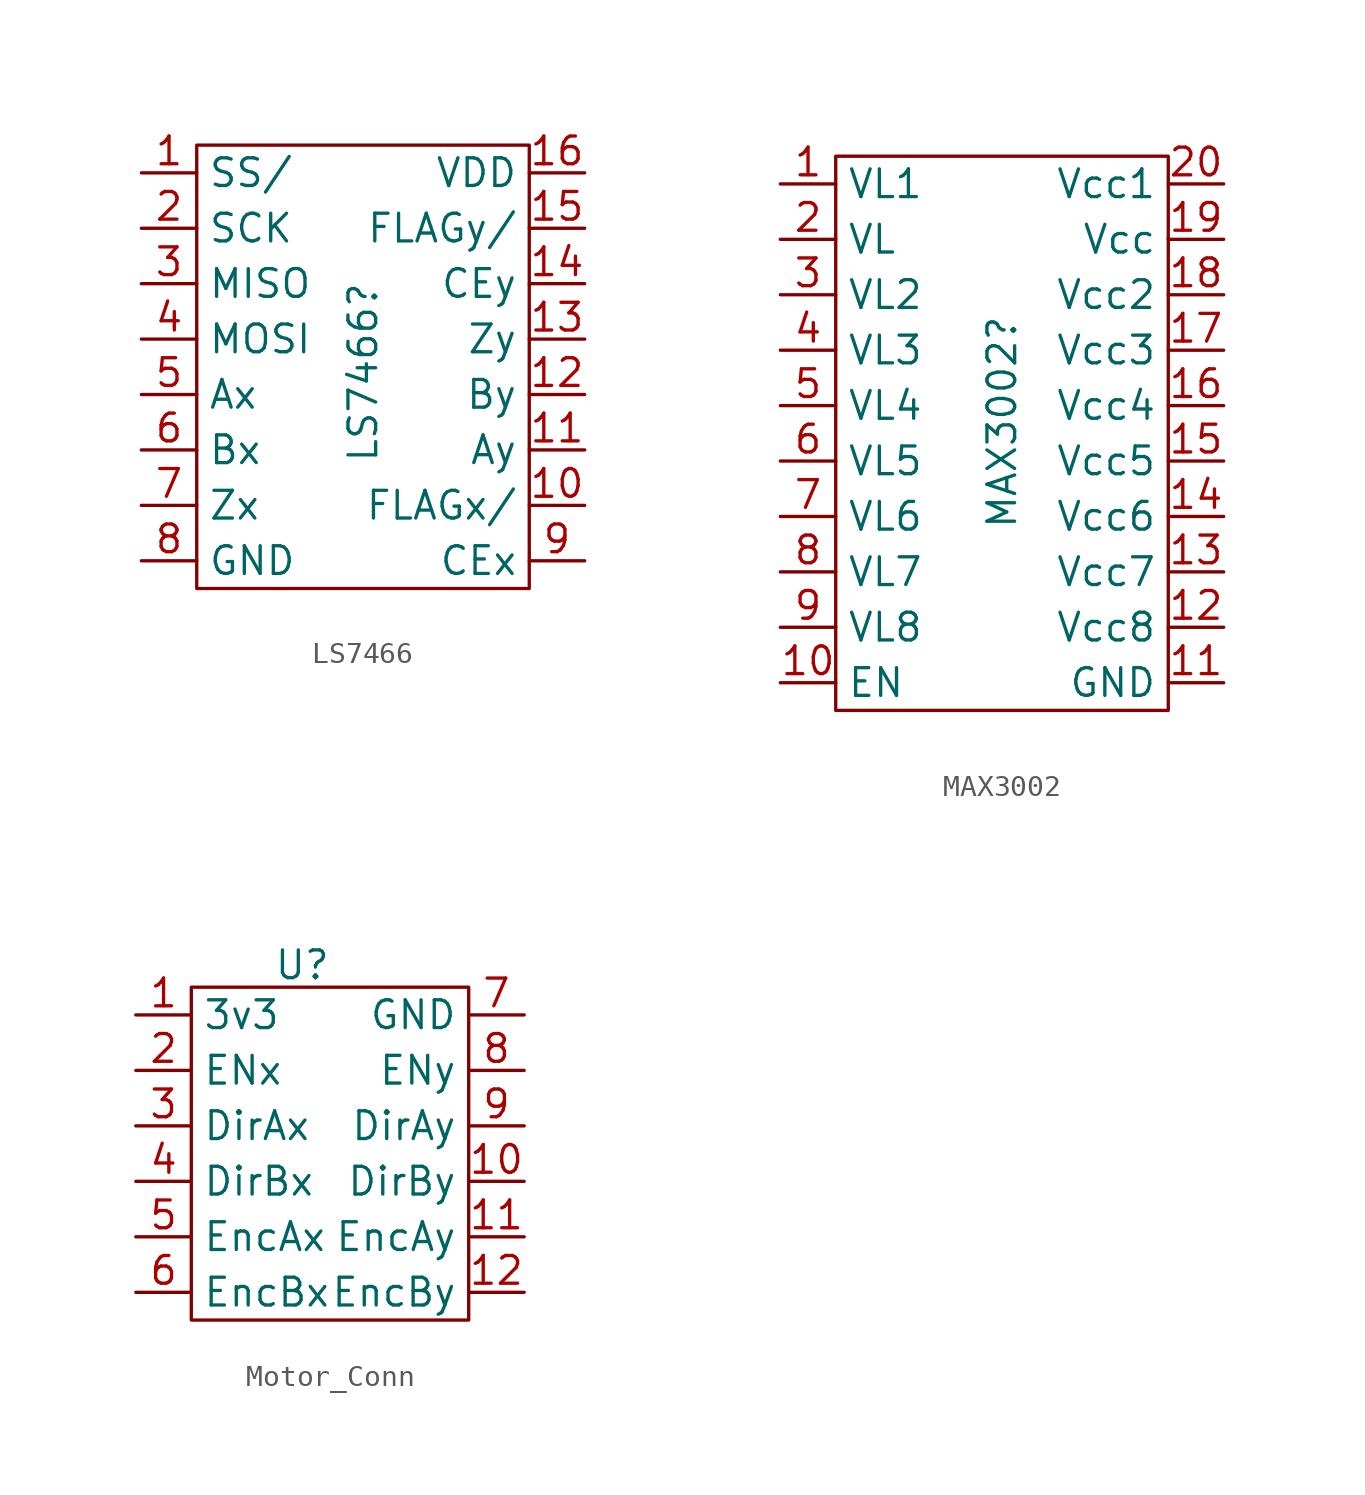
<source format=kicad_sym>
(kicad_symbol_lib
  (version 20231120)
  (generator "kicad_symbol_editor")
  (generator_version "8.0")
  (symbol "LS7466"
    (property "Reference" "LS7466"
      (at 0 2.286 90)
      (effects (font (size 1.27 1.27))))
    (property "Value" ""
      (at 0 0 0)
      (effects (font (size 1.27 1.27))))
    (symbol "LS7466_0_1"
      (rectangle (start -7.62 12.7) (end 7.62 -7.62) (stroke (width 0) (type default)) (fill (type none))))
    (symbol "LS7466_1_1"
      (pin input line (at -10.16 11.43 0) (length 2.54) (name "SS/" (effects (font (size 1.27 1.27)))) (number "1" (effects (font (size 1.27 1.27)))))
      (pin input line (at 10.16 -3.81 180) (length 2.54) (name "FLAGx/" (effects (font (size 1.27 1.27)))) (number "10" (effects (font (size 1.27 1.27)))))
      (pin input line (at 10.16 -1.27 180) (length 2.54) (name "Ay" (effects (font (size 1.27 1.27)))) (number "11" (effects (font (size 1.27 1.27)))))
      (pin input line (at 10.16 1.27 180) (length 2.54) (name "By" (effects (font (size 1.27 1.27)))) (number "12" (effects (font (size 1.27 1.27)))))
      (pin input line (at 10.16 3.81 180) (length 2.54) (name "Zy" (effects (font (size 1.27 1.27)))) (number "13" (effects (font (size 1.27 1.27)))))
      (pin input line (at 10.16 6.35 180) (length 2.54) (name "CEy" (effects (font (size 1.27 1.27)))) (number "14" (effects (font (size 1.27 1.27)))))
      (pin input line (at 10.16 8.89 180) (length 2.54) (name "FLAGy/" (effects (font (size 1.27 1.27)))) (number "15" (effects (font (size 1.27 1.27)))))
      (pin input line (at 10.16 11.43 180) (length 2.54) (name "VDD" (effects (font (size 1.27 1.27)))) (number "16" (effects (font (size 1.27 1.27)))))
      (pin input line (at -10.16 8.89 0) (length 2.54) (name "SCK" (effects (font (size 1.27 1.27)))) (number "2" (effects (font (size 1.27 1.27)))))
      (pin input line (at -10.16 6.35 0) (length 2.54) (name "MISO" (effects (font (size 1.27 1.27)))) (number "3" (effects (font (size 1.27 1.27)))))
      (pin input line (at -10.16 3.81 0) (length 2.54) (name "MOSI" (effects (font (size 1.27 1.27)))) (number "4" (effects (font (size 1.27 1.27)))))
      (pin input line (at -10.16 1.27 0) (length 2.54) (name "Ax" (effects (font (size 1.27 1.27)))) (number "5" (effects (font (size 1.27 1.27)))))
      (pin input line (at -10.16 -1.27 0) (length 2.54) (name "Bx" (effects (font (size 1.27 1.27)))) (number "6" (effects (font (size 1.27 1.27)))))
      (pin input line (at -10.16 -3.81 0) (length 2.54) (name "Zx" (effects (font (size 1.27 1.27)))) (number "7" (effects (font (size 1.27 1.27)))))
      (pin input line (at -10.16 -6.35 0) (length 2.54) (name "GND" (effects (font (size 1.27 1.27)))) (number "8" (effects (font (size 1.27 1.27)))))
      (pin input line (at 10.16 -6.35 180) (length 2.54) (name "CEx" (effects (font (size 1.27 1.27)))) (number "9" (effects (font (size 1.27 1.27)))))))
  (symbol "MAX3002"
    (property "Reference" "MAX3002"
      (at 0 -4.572 90)
      (effects (font (size 1.27 1.27))))
    (property "Value" ""
      (at 0 0 0)
      (effects (font (size 1.27 1.27))))
    (symbol "MAX3002_0_1"
      (rectangle (start -7.62 7.62) (end 7.62 -17.78) (stroke (width 0) (type default)) (fill (type none))))
    (symbol "MAX3002_1_1"
      (pin bidirectional line (at -10.16 6.35 0) (length 2.54) (name "VL1" (effects (font (size 1.27 1.27)))) (number "1" (effects (font (size 1.27 1.27)))))
      (pin input line (at -10.16 -16.51 0) (length 2.54) (name "EN" (effects (font (size 1.27 1.27)))) (number "10" (effects (font (size 1.27 1.27)))))
      (pin input line (at 10.16 -16.51 180) (length 2.54) (name "GND" (effects (font (size 1.27 1.27)))) (number "11" (effects (font (size 1.27 1.27)))))
      (pin bidirectional line (at 10.16 -13.97 180) (length 2.54) (name "Vcc8" (effects (font (size 1.27 1.27)))) (number "12" (effects (font (size 1.27 1.27)))))
      (pin bidirectional line (at 10.16 -11.43 180) (length 2.54) (name "Vcc7" (effects (font (size 1.27 1.27)))) (number "13" (effects (font (size 1.27 1.27)))))
      (pin bidirectional line (at 10.16 -8.89 180) (length 2.54) (name "Vcc6" (effects (font (size 1.27 1.27)))) (number "14" (effects (font (size 1.27 1.27)))))
      (pin bidirectional line (at 10.16 -6.35 180) (length 2.54) (name "Vcc5" (effects (font (size 1.27 1.27)))) (number "15" (effects (font (size 1.27 1.27)))))
      (pin bidirectional line (at 10.16 -3.81 180) (length 2.54) (name "Vcc4" (effects (font (size 1.27 1.27)))) (number "16" (effects (font (size 1.27 1.27)))))
      (pin bidirectional line (at 10.16 -1.27 180) (length 2.54) (name "Vcc3" (effects (font (size 1.27 1.27)))) (number "17" (effects (font (size 1.27 1.27)))))
      (pin bidirectional line (at 10.16 1.27 180) (length 2.54) (name "Vcc2" (effects (font (size 1.27 1.27)))) (number "18" (effects (font (size 1.27 1.27)))))
      (pin input line (at 10.16 3.81 180) (length 2.54) (name "Vcc" (effects (font (size 1.27 1.27)))) (number "19" (effects (font (size 1.27 1.27)))))
      (pin input line (at -10.16 3.81 0) (length 2.54) (name "VL" (effects (font (size 1.27 1.27)))) (number "2" (effects (font (size 1.27 1.27)))))
      (pin input line (at 10.16 6.35 180) (length 2.54) (name "Vcc1" (effects (font (size 1.27 1.27)))) (number "20" (effects (font (size 1.27 1.27)))))
      (pin bidirectional line (at -10.16 1.27 0) (length 2.54) (name "VL2" (effects (font (size 1.27 1.27)))) (number "3" (effects (font (size 1.27 1.27)))))
      (pin bidirectional line (at -10.16 -1.27 0) (length 2.54) (name "VL3" (effects (font (size 1.27 1.27)))) (number "4" (effects (font (size 1.27 1.27)))))
      (pin bidirectional line (at -10.16 -3.81 0) (length 2.54) (name "VL4" (effects (font (size 1.27 1.27)))) (number "5" (effects (font (size 1.27 1.27)))))
      (pin bidirectional line (at -10.16 -6.35 0) (length 2.54) (name "VL5" (effects (font (size 1.27 1.27)))) (number "6" (effects (font (size 1.27 1.27)))))
      (pin bidirectional line (at -10.16 -8.89 0) (length 2.54) (name "VL6" (effects (font (size 1.27 1.27)))) (number "7" (effects (font (size 1.27 1.27)))))
      (pin bidirectional line (at -10.16 -11.43 0) (length 2.54) (name "VL7" (effects (font (size 1.27 1.27)))) (number "8" (effects (font (size 1.27 1.27)))))
      (pin bidirectional line (at -10.16 -13.97 0) (length 2.54) (name "VL8" (effects (font (size 1.27 1.27)))) (number "9" (effects (font (size 1.27 1.27)))))))
  (symbol "Motor_Conn"
    (property "Reference" "U"
      (at -1.27 8.636 0)
      (effects (font (size 1.27 1.27))))
    (property "Value" ""
      (at -3.81 1.27 0)
      (effects (font (size 1.27 1.27))))
    (symbol "Motor_Conn_0_1"
      (rectangle (start -6.35 7.62) (end 6.35 -7.62) (stroke (width 0) (type default)) (fill (type none))))
    (symbol "Motor_Conn_1_1"
      (pin input line (at -8.89 6.35 0) (length 2.54) (name "3v3" (effects (font (size 1.27 1.27)))) (number "1" (effects (font (size 1.27 1.27)))))
      (pin input line (at 8.89 -1.27 180) (length 2.54) (name "DirBy" (effects (font (size 1.27 1.27)))) (number "10" (effects (font (size 1.27 1.27)))))
      (pin input line (at 8.89 -3.81 180) (length 2.54) (name "EncAy" (effects (font (size 1.27 1.27)))) (number "11" (effects (font (size 1.27 1.27)))))
      (pin input line (at 8.89 -6.35 180) (length 2.54) (name "EncBy" (effects (font (size 1.27 1.27)))) (number "12" (effects (font (size 1.27 1.27)))))
      (pin input line (at -8.89 3.81 0) (length 2.54) (name "ENx" (effects (font (size 1.27 1.27)))) (number "2" (effects (font (size 1.27 1.27)))))
      (pin input line (at -8.89 1.27 0) (length 2.54) (name "DirAx" (effects (font (size 1.27 1.27)))) (number "3" (effects (font (size 1.27 1.27)))))
      (pin input line (at -8.89 -1.27 0) (length 2.54) (name "DirBx" (effects (font (size 1.27 1.27)))) (number "4" (effects (font (size 1.27 1.27)))))
      (pin input line (at -8.89 -3.81 0) (length 2.54) (name "EncAx" (effects (font (size 1.27 1.27)))) (number "5" (effects (font (size 1.27 1.27)))))
      (pin input line (at -8.89 -6.35 0) (length 2.54) (name "EncBx" (effects (font (size 1.27 1.27)))) (number "6" (effects (font (size 1.27 1.27)))))
      (pin input line (at 8.89 6.35 180) (length 2.54) (name "GND" (effects (font (size 1.27 1.27)))) (number "7" (effects (font (size 1.27 1.27)))))
      (pin input line (at 8.89 3.81 180) (length 2.54) (name "ENy" (effects (font (size 1.27 1.27)))) (number "8" (effects (font (size 1.27 1.27)))))
      (pin input line (at 8.89 1.27 180) (length 2.54) (name "DirAy" (effects (font (size 1.27 1.27)))) (number "9" (effects (font (size 1.27 1.27))))))))
</source>
